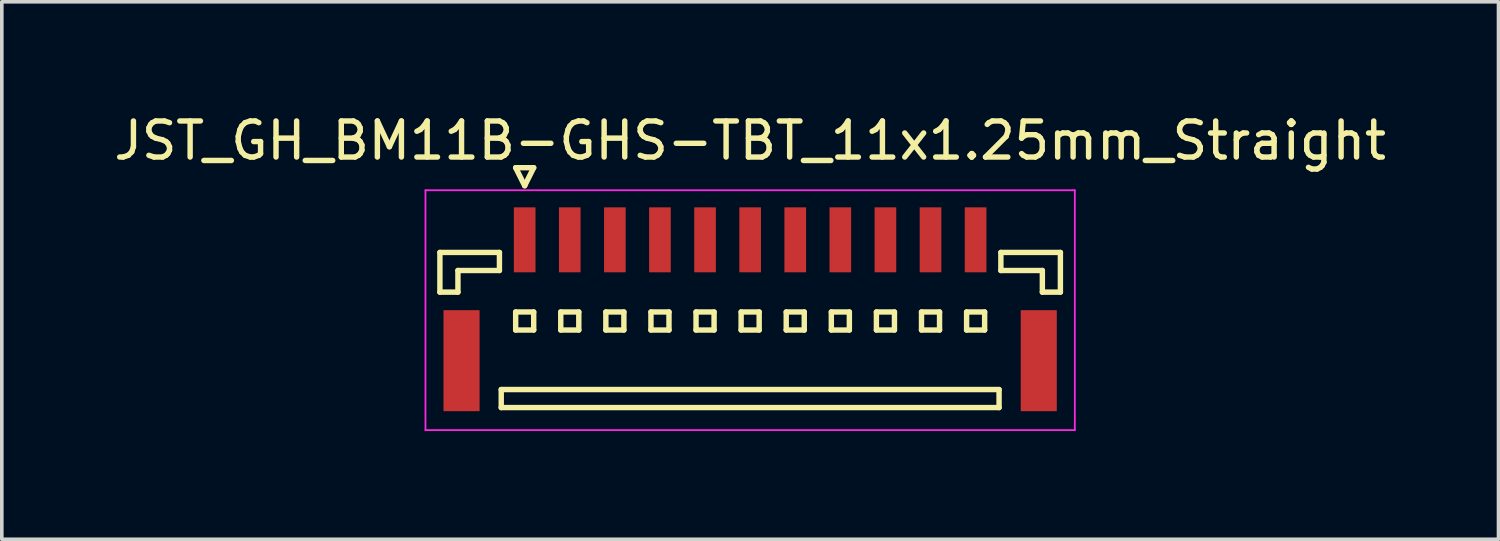
<source format=kicad_pcb>
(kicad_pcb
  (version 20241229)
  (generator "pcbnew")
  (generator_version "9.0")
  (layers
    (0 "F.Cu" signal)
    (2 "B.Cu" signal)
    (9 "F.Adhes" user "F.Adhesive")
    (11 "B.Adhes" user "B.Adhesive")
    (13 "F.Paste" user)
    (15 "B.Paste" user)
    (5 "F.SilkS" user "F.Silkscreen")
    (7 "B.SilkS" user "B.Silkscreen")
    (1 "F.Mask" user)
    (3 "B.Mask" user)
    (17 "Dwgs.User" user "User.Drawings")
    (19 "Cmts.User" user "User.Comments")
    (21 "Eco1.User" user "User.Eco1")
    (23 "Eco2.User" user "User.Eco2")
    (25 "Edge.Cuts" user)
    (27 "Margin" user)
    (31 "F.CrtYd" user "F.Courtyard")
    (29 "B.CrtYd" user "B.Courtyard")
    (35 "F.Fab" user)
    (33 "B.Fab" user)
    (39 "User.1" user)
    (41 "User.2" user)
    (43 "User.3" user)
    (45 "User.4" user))
  (footprint "JST_GH_BM11B-GHS-TBT_11x1.25mm_Straight"
    (layer "F.Cu")
    (at 17.744 5.273)
    (property "Reference" "JST_GH_BM11B-GHS-TBT_11x1.25mm_Straight" (at 0 -4.425 0) (layer "F.SilkS") (effects (font (size 1 1) (thickness 0.15))))
    (attr smd)
    (fp_line (start -8.6 -1.325) (end -6.95 -1.325) (stroke (width 0.15) (type solid)) (layer "F.SilkS"))
    (fp_line (start -8.6 -0.225) (end -8.6 -1.325) (stroke (width 0.15) (type solid)) (layer "F.SilkS"))
    (fp_line (start -8.1 -0.825) (end -8.1 -0.225) (stroke (width 0.15) (type solid)) (layer "F.SilkS"))
    (fp_line (start -8.1 -0.225) (end -8.6 -0.225) (stroke (width 0.15) (type solid)) (layer "F.SilkS"))
    (fp_line (start -6.95 -1.325) (end -6.95 -0.825) (stroke (width 0.15) (type solid)) (layer "F.SilkS"))
    (fp_line (start -6.95 -0.825) (end -8.1 -0.825) (stroke (width 0.15) (type solid)) (layer "F.SilkS"))
    (fp_line (start -6.9 2.475) (end -6.9 2.975) (stroke (width 0.15) (type solid)) (layer "F.SilkS"))
    (fp_line (start -6.9 2.975) (end 6.9 2.975) (stroke (width 0.15) (type solid)) (layer "F.SilkS"))
    (fp_line (start -6.5 -3.675) (end -6 -3.675) (stroke (width 0.15) (type solid)) (layer "F.SilkS"))
    (fp_line (start -6.5 0.325) (end -6.5 0.825) (stroke (width 0.15) (type solid)) (layer "F.SilkS"))
    (fp_line (start -6.5 0.825) (end -6 0.825) (stroke (width 0.15) (type solid)) (layer "F.SilkS"))
    (fp_line (start -6.25 -3.175) (end -6.5 -3.675) (stroke (width 0.15) (type solid)) (layer "F.SilkS"))
    (fp_line (start -6 -3.675) (end -6.25 -3.175) (stroke (width 0.15) (type solid)) (layer "F.SilkS"))
    (fp_line (start -6 0.325) (end -6.5 0.325) (stroke (width 0.15) (type solid)) (layer "F.SilkS"))
    (fp_line (start -6 0.825) (end -6 0.325) (stroke (width 0.15) (type solid)) (layer "F.SilkS"))
    (fp_line (start -5.25 0.325) (end -5.25 0.825) (stroke (width 0.15) (type solid)) (layer "F.SilkS"))
    (fp_line (start -5.25 0.825) (end -4.75 0.825) (stroke (width 0.15) (type solid)) (layer "F.SilkS"))
    (fp_line (start -4.75 0.325) (end -5.25 0.325) (stroke (width 0.15) (type solid)) (layer "F.SilkS"))
    (fp_line (start -4.75 0.825) (end -4.75 0.325) (stroke (width 0.15) (type solid)) (layer "F.SilkS"))
    (fp_line (start -4 0.325) (end -4 0.825) (stroke (width 0.15) (type solid)) (layer "F.SilkS"))
    (fp_line (start -4 0.825) (end -3.5 0.825) (stroke (width 0.15) (type solid)) (layer "F.SilkS"))
    (fp_line (start -3.5 0.325) (end -4 0.325) (stroke (width 0.15) (type solid)) (layer "F.SilkS"))
    (fp_line (start -3.5 0.825) (end -3.5 0.325) (stroke (width 0.15) (type solid)) (layer "F.SilkS"))
    (fp_line (start -2.75 0.325) (end -2.75 0.825) (stroke (width 0.15) (type solid)) (layer "F.SilkS"))
    (fp_line (start -2.75 0.825) (end -2.25 0.825) (stroke (width 0.15) (type solid)) (layer "F.SilkS"))
    (fp_line (start -2.25 0.325) (end -2.75 0.325) (stroke (width 0.15) (type solid)) (layer "F.SilkS"))
    (fp_line (start -2.25 0.825) (end -2.25 0.325) (stroke (width 0.15) (type solid)) (layer "F.SilkS"))
    (fp_line (start -1.5 0.325) (end -1.5 0.825) (stroke (width 0.15) (type solid)) (layer "F.SilkS"))
    (fp_line (start -1.5 0.825) (end -1 0.825) (stroke (width 0.15) (type solid)) (layer "F.SilkS"))
    (fp_line (start -1 0.325) (end -1.5 0.325) (stroke (width 0.15) (type solid)) (layer "F.SilkS"))
    (fp_line (start -1 0.825) (end -1 0.325) (stroke (width 0.15) (type solid)) (layer "F.SilkS"))
    (fp_line (start -0.25 0.325) (end -0.25 0.825) (stroke (width 0.15) (type solid)) (layer "F.SilkS"))
    (fp_line (start -0.25 0.825) (end 0.25 0.825) (stroke (width 0.15) (type solid)) (layer "F.SilkS"))
    (fp_line (start 0.25 0.325) (end -0.25 0.325) (stroke (width 0.15) (type solid)) (layer "F.SilkS"))
    (fp_line (start 0.25 0.825) (end 0.25 0.325) (stroke (width 0.15) (type solid)) (layer "F.SilkS"))
    (fp_line (start 1 0.325) (end 1 0.825) (stroke (width 0.15) (type solid)) (layer "F.SilkS"))
    (fp_line (start 1 0.825) (end 1.5 0.825) (stroke (width 0.15) (type solid)) (layer "F.SilkS"))
    (fp_line (start 1.5 0.325) (end 1 0.325) (stroke (width 0.15) (type solid)) (layer "F.SilkS"))
    (fp_line (start 1.5 0.825) (end 1.5 0.325) (stroke (width 0.15) (type solid)) (layer "F.SilkS"))
    (fp_line (start 2.25 0.325) (end 2.25 0.825) (stroke (width 0.15) (type solid)) (layer "F.SilkS"))
    (fp_line (start 2.25 0.825) (end 2.75 0.825) (stroke (width 0.15) (type solid)) (layer "F.SilkS"))
    (fp_line (start 2.75 0.325) (end 2.25 0.325) (stroke (width 0.15) (type solid)) (layer "F.SilkS"))
    (fp_line (start 2.75 0.825) (end 2.75 0.325) (stroke (width 0.15) (type solid)) (layer "F.SilkS"))
    (fp_line (start 3.5 0.325) (end 3.5 0.825) (stroke (width 0.15) (type solid)) (layer "F.SilkS"))
    (fp_line (start 3.5 0.825) (end 4 0.825) (stroke (width 0.15) (type solid)) (layer "F.SilkS"))
    (fp_line (start 4 0.325) (end 3.5 0.325) (stroke (width 0.15) (type solid)) (layer "F.SilkS"))
    (fp_line (start 4 0.825) (end 4 0.325) (stroke (width 0.15) (type solid)) (layer "F.SilkS"))
    (fp_line (start 4.75 0.325) (end 4.75 0.825) (stroke (width 0.15) (type solid)) (layer "F.SilkS"))
    (fp_line (start 4.75 0.825) (end 5.25 0.825) (stroke (width 0.15) (type solid)) (layer "F.SilkS"))
    (fp_line (start 5.25 0.325) (end 4.75 0.325) (stroke (width 0.15) (type solid)) (layer "F.SilkS"))
    (fp_line (start 5.25 0.825) (end 5.25 0.325) (stroke (width 0.15) (type solid)) (layer "F.SilkS"))
    (fp_line (start 6 0.325) (end 6 0.825) (stroke (width 0.15) (type solid)) (layer "F.SilkS"))
    (fp_line (start 6 0.825) (end 6.5 0.825) (stroke (width 0.15) (type solid)) (layer "F.SilkS"))
    (fp_line (start 6.5 0.325) (end 6 0.325) (stroke (width 0.15) (type solid)) (layer "F.SilkS"))
    (fp_line (start 6.5 0.825) (end 6.5 0.325) (stroke (width 0.15) (type solid)) (layer "F.SilkS"))
    (fp_line (start 6.9 2.475) (end -6.9 2.475) (stroke (width 0.15) (type solid)) (layer "F.SilkS"))
    (fp_line (start 6.9 2.975) (end 6.9 2.475) (stroke (width 0.15) (type solid)) (layer "F.SilkS"))
    (fp_line (start 6.95 -1.325) (end 6.95 -0.825) (stroke (width 0.15) (type solid)) (layer "F.SilkS"))
    (fp_line (start 6.95 -0.825) (end 8.1 -0.825) (stroke (width 0.15) (type solid)) (layer "F.SilkS"))
    (fp_line (start 8.1 -0.825) (end 8.1 -0.225) (stroke (width 0.15) (type solid)) (layer "F.SilkS"))
    (fp_line (start 8.1 -0.225) (end 8.6 -0.225) (stroke (width 0.15) (type solid)) (layer "F.SilkS"))
    (fp_line (start 8.6 -1.325) (end 6.95 -1.325) (stroke (width 0.15) (type solid)) (layer "F.SilkS"))
    (fp_line (start 8.6 -0.225) (end 8.6 -1.325) (stroke (width 0.15) (type solid)) (layer "F.SilkS"))
    (fp_line (start -9 -3.05) (end -9 3.6) (stroke (width 0.05) (type solid)) (layer "F.CrtYd"))
    (fp_line (start -9 3.6) (end 9 3.6) (stroke (width 0.05) (type solid)) (layer "F.CrtYd"))
    (fp_line (start 9 -3.05) (end -9 -3.05) (stroke (width 0.05) (type solid)) (layer "F.CrtYd"))
    (fp_line (start 9 3.6) (end 9 -3.05) (stroke (width 0.05) (type solid)) (layer "F.CrtYd"))
    (pad "" smd rect (at -8 1.675) (size 1 2.8) (layers "F.Cu" "F.Mask" "F.Paste"))
    (pad "" smd rect (at 8 1.675) (size 1 2.8) (layers "F.Cu" "F.Mask" "F.Paste"))
    (pad "1" smd rect (at -6.25 -1.675) (size 0.6 1.8) (layers "F.Cu" "F.Mask" "F.Paste"))
    (pad "2" smd rect (at -5 -1.675) (size 0.6 1.8) (layers "F.Cu" "F.Mask" "F.Paste"))
    (pad "3" smd rect (at -3.75 -1.675) (size 0.6 1.8) (layers "F.Cu" "F.Mask" "F.Paste"))
    (pad "4" smd rect (at -2.5 -1.675) (size 0.6 1.8) (layers "F.Cu" "F.Mask" "F.Paste"))
    (pad "5" smd rect (at -1.25 -1.675) (size 0.6 1.8) (layers "F.Cu" "F.Mask" "F.Paste"))
    (pad "6" smd rect (at 0 -1.675) (size 0.6 1.8) (layers "F.Cu" "F.Mask" "F.Paste"))
    (pad "7" smd rect (at 1.25 -1.675) (size 0.6 1.8) (layers "F.Cu" "F.Mask" "F.Paste"))
    (pad "8" smd rect (at 2.5 -1.675) (size 0.6 1.8) (layers "F.Cu" "F.Mask" "F.Paste"))
    (pad "9" smd rect (at 3.75 -1.675) (size 0.6 1.8) (layers "F.Cu" "F.Mask" "F.Paste"))
    (pad "10" smd rect (at 5 -1.675) (size 0.6 1.8) (layers "F.Cu" "F.Mask" "F.Paste"))
    (pad "11" smd rect (at 6.25 -1.675) (size 0.6 1.8) (layers "F.Cu" "F.Mask" "F.Paste")))
  (gr_rect
    (start -3 -3)
    (end 38.488 11.898)
    (stroke (width 0.1) (type default))
    (fill no)
    (layer "Edge.Cuts")))
</source>
